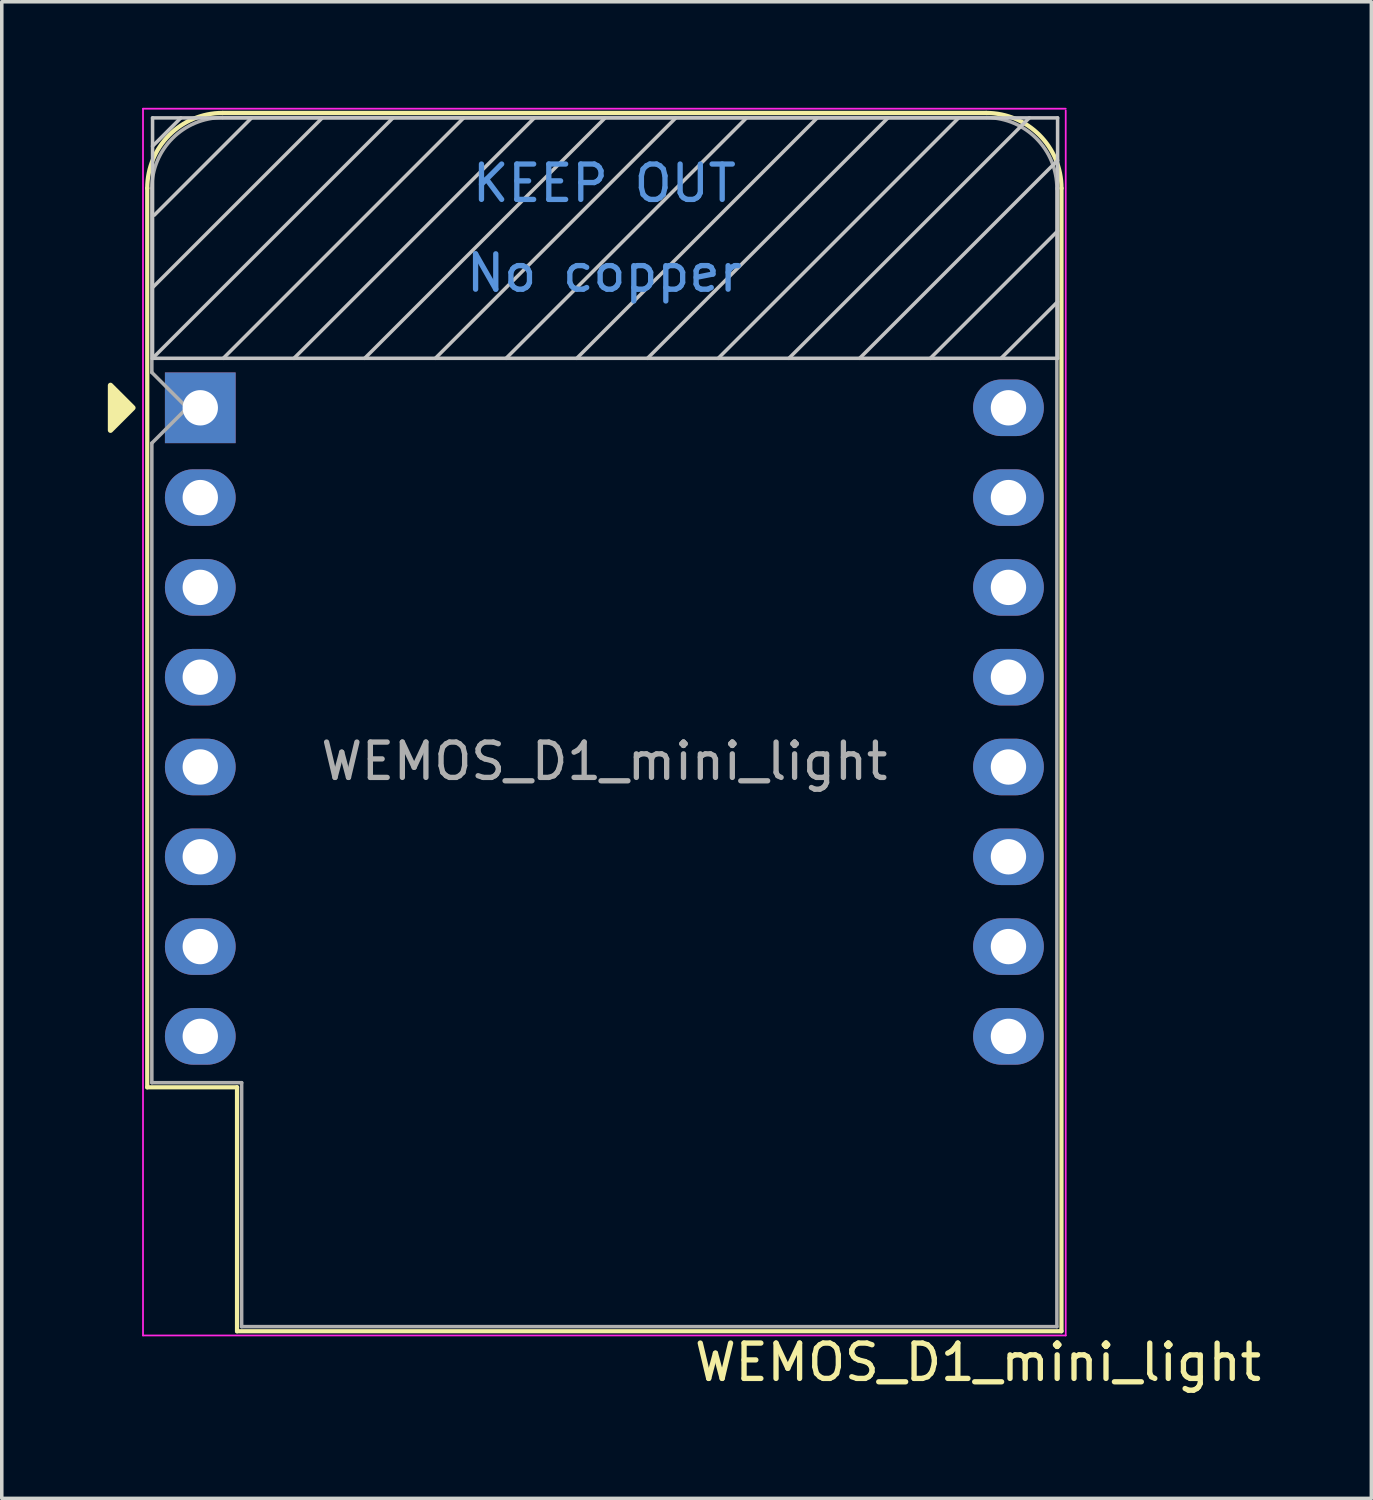
<source format=kicad_pcb>
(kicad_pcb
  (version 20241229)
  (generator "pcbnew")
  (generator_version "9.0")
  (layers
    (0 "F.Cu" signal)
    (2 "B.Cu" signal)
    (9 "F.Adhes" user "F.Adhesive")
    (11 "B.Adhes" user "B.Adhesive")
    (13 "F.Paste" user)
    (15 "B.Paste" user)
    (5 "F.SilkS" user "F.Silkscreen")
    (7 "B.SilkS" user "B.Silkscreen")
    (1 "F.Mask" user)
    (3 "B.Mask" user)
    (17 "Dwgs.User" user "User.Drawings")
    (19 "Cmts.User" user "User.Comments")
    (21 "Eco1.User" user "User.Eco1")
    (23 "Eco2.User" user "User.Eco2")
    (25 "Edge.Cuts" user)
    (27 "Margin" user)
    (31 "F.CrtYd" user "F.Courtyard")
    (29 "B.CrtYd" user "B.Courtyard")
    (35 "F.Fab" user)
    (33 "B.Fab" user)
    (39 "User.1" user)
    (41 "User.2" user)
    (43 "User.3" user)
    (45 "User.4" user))
  (footprint "WEMOS_D1_mini_light"
    (layer "F.Cu")
    (at 2.615 8.485)
    (property "Reference" "WEMOS_D1_mini_light" (at 22 27 0) (layer "F.SilkS") (effects (font (size 1 1) (thickness 0.15))))
    (attr through_hole)
    (fp_line (start -1.5 19.22) (end -1.5 -6.21) (stroke (width 0.12) (type solid)) (layer "F.SilkS"))
    (fp_line (start -1.5 19.22) (end 1.04 19.22) (stroke (width 0.12) (type solid)) (layer "F.SilkS"))
    (fp_line (start 1.04 19.22) (end 1.04 26.12) (stroke (width 0.12) (type solid)) (layer "F.SilkS"))
    (fp_line (start 1.04 26.12) (end 24.36 26.12) (stroke (width 0.12) (type solid)) (layer "F.SilkS"))
    (fp_line (start 22.24 -8.34) (end 0.63 -8.34) (stroke (width 0.12) (type solid)) (layer "F.SilkS"))
    (fp_line (start 24.36 26.12) (end 24.36 -6.21) (stroke (width 0.12) (type solid)) (layer "F.SilkS"))
    (fp_arc (start -1.5 -6.21) (mid -0.876137 -7.716137) (end 0.63 -8.34) (stroke (width 0.12) (type solid)) (layer "F.SilkS"))
    (fp_arc (start 22.23 -8.34) (mid 23.736137 -7.716137) (end 24.36 -6.21) (stroke (width 0.12) (type solid)) (layer "F.SilkS"))
    (fp_poly (pts (xy -2.54 -0.635) (xy -2.54 0.635) (xy -1.905 0)) (stroke (width 0.15) (type solid)) (fill yes) (layer "F.SilkS"))
    (fp_line (start -1.35 -8.2) (end -1.35 -1.4) (stroke (width 0.1) (type solid)) (layer "Dwgs.User"))
    (fp_line (start -1.35 -7.4) (end -0.55 -8.2) (stroke (width 0.1) (type solid)) (layer "Dwgs.User"))
    (fp_line (start -1.35 -3.4) (end 3.45 -8.2) (stroke (width 0.1) (type solid)) (layer "Dwgs.User"))
    (fp_line (start -1.35 -1.4) (end 5.45 -8.2) (stroke (width 0.1) (type solid)) (layer "Dwgs.User"))
    (fp_line (start -1.35 -1.4) (end 24.25 -1.4) (stroke (width 0.1) (type solid)) (layer "Dwgs.User"))
    (fp_line (start -1.3 -5.45) (end 1.45 -8.2) (stroke (width 0.1) (type solid)) (layer "Dwgs.User"))
    (fp_line (start 0.65 -1.4) (end 7.45 -8.2) (stroke (width 0.1) (type solid)) (layer "Dwgs.User"))
    (fp_line (start 2.65 -1.4) (end 9.45 -8.2) (stroke (width 0.1) (type solid)) (layer "Dwgs.User"))
    (fp_line (start 4.65 -1.4) (end 11.45 -8.2) (stroke (width 0.1) (type solid)) (layer "Dwgs.User"))
    (fp_line (start 6.65 -1.4) (end 13.45 -8.2) (stroke (width 0.1) (type solid)) (layer "Dwgs.User"))
    (fp_line (start 8.65 -1.4) (end 15.45 -8.2) (stroke (width 0.1) (type solid)) (layer "Dwgs.User"))
    (fp_line (start 10.65 -1.4) (end 17.45 -8.2) (stroke (width 0.1) (type solid)) (layer "Dwgs.User"))
    (fp_line (start 12.65 -1.4) (end 19.45 -8.2) (stroke (width 0.1) (type solid)) (layer "Dwgs.User"))
    (fp_line (start 14.65 -1.4) (end 21.45 -8.2) (stroke (width 0.1) (type solid)) (layer "Dwgs.User"))
    (fp_line (start 16.65 -1.4) (end 23.45 -8.2) (stroke (width 0.1) (type solid)) (layer "Dwgs.User"))
    (fp_line (start 18.65 -1.4) (end 24.25 -7) (stroke (width 0.1) (type solid)) (layer "Dwgs.User"))
    (fp_line (start 20.65 -1.4) (end 24.25 -5) (stroke (width 0.1) (type solid)) (layer "Dwgs.User"))
    (fp_line (start 22.65 -1.4) (end 24.25 -3) (stroke (width 0.1) (type solid)) (layer "Dwgs.User"))
    (fp_line (start 24.25 -8.2) (end -1.35 -8.2) (stroke (width 0.1) (type solid)) (layer "Dwgs.User"))
    (fp_line (start 24.25 -1.4) (end 24.25 -8.2) (stroke (width 0.1) (type solid)) (layer "Dwgs.User"))
    (fp_line (start -1.62 -8.46) (end 24.48 -8.46) (stroke (width 0.05) (type solid)) (layer "F.CrtYd"))
    (fp_line (start -1.62 26.24) (end -1.62 -8.46) (stroke (width 0.05) (type solid)) (layer "F.CrtYd"))
    (fp_line (start 24.48 -8.41) (end 24.48 26.24) (stroke (width 0.05) (type solid)) (layer "F.CrtYd"))
    (fp_line (start 24.48 26.24) (end -1.62 26.24) (stroke (width 0.05) (type solid)) (layer "F.CrtYd"))
    (fp_line (start -1.37 -6.21) (end -1.37 -1) (stroke (width 0.1) (type solid)) (layer "F.Fab"))
    (fp_line (start -1.37 1) (end -1.37 19.09) (stroke (width 0.1) (type solid)) (layer "F.Fab"))
    (fp_line (start -1.37 1) (end -0.37 0) (stroke (width 0.1) (type solid)) (layer "F.Fab"))
    (fp_line (start -1.37 19.09) (end 1.17 19.09) (stroke (width 0.1) (type solid)) (layer "F.Fab"))
    (fp_line (start -0.37 0) (end -1.37 -1) (stroke (width 0.1) (type solid)) (layer "F.Fab"))
    (fp_line (start 1.17 19.09) (end 1.17 25.99) (stroke (width 0.1) (type solid)) (layer "F.Fab"))
    (fp_line (start 1.17 25.99) (end 24.23 25.99) (stroke (width 0.1) (type solid)) (layer "F.Fab"))
    (fp_line (start 22.23 -8.21) (end 0.63 -8.21) (stroke (width 0.1) (type solid)) (layer "F.Fab"))
    (fp_line (start 24.23 25.99) (end 24.23 -6.21) (stroke (width 0.1) (type solid)) (layer "F.Fab"))
    (fp_arc (start -1.37 -6.21) (mid -0.784214 -7.624214) (end 0.63 -8.21) (stroke (width 0.1) (type solid)) (layer "F.Fab"))
    (fp_arc (start 22.25 -8.21) (mid 23.658356 -7.610071) (end 24.23 -6.19) (stroke (width 0.1) (type solid)) (layer "F.Fab"))
    (fp_text user "KEEP OUT" (at 11.43 -6.35 0) (layer "Cmts.User") (effects (font (size 1 1) (thickness 0.15))))
    (fp_text user "No copper" (at 11.43 -3.81 0) (layer "Cmts.User") (effects (font (size 1 1) (thickness 0.15))))
    (fp_text user "${REFERENCE}" (at 11.43 10 0) (layer "F.Fab") (effects (font (size 1 1) (thickness 0.15))))
    (pad "1" thru_hole rect (at 0 0) (size 2 2) (drill 1) (layers "*.Cu" "*.Mask"))
    (pad "2" thru_hole oval (at 0 2.54) (size 2 1.6) (drill 1) (layers "*.Cu" "*.Mask"))
    (pad "3" thru_hole oval (at 0 5.08) (size 2 1.6) (drill 1) (layers "*.Cu" "*.Mask"))
    (pad "4" thru_hole oval (at 0 7.62) (size 2 1.6) (drill 1) (layers "*.Cu" "*.Mask"))
    (pad "5" thru_hole oval (at 0 10.16) (size 2 1.6) (drill 1) (layers "*.Cu" "*.Mask"))
    (pad "6" thru_hole oval (at 0 12.7) (size 2 1.6) (drill 1) (layers "*.Cu" "*.Mask"))
    (pad "7" thru_hole oval (at 0 15.24) (size 2 1.6) (drill 1) (layers "*.Cu" "*.Mask"))
    (pad "8" thru_hole oval (at 0 17.78) (size 2 1.6) (drill 1) (layers "*.Cu" "*.Mask"))
    (pad "9" thru_hole oval (at 22.86 17.78) (size 2 1.6) (drill 1) (layers "*.Cu" "*.Mask"))
    (pad "10" thru_hole oval (at 22.86 15.24) (size 2 1.6) (drill 1) (layers "*.Cu" "*.Mask"))
    (pad "11" thru_hole oval (at 22.86 12.7) (size 2 1.6) (drill 1) (layers "*.Cu" "*.Mask"))
    (pad "12" thru_hole oval (at 22.86 10.16) (size 2 1.6) (drill 1) (layers "*.Cu" "*.Mask"))
    (pad "13" thru_hole oval (at 22.86 7.62) (size 2 1.6) (drill 1) (layers "*.Cu" "*.Mask"))
    (pad "14" thru_hole oval (at 22.86 5.08) (size 2 1.6) (drill 1) (layers "*.Cu" "*.Mask"))
    (pad "15" thru_hole oval (at 22.86 2.54) (size 2 1.6) (drill 1) (layers "*.Cu" "*.Mask"))
    (pad "16" thru_hole oval (at 22.86 0) (size 2 1.6) (drill 1) (layers "*.Cu" "*.Mask")))
  (gr_rect
    (start -3 -3)
    (end 35.74 39.333)
    (stroke (width 0.1) (type default))
    (fill no)
    (layer "Edge.Cuts")))
</source>
